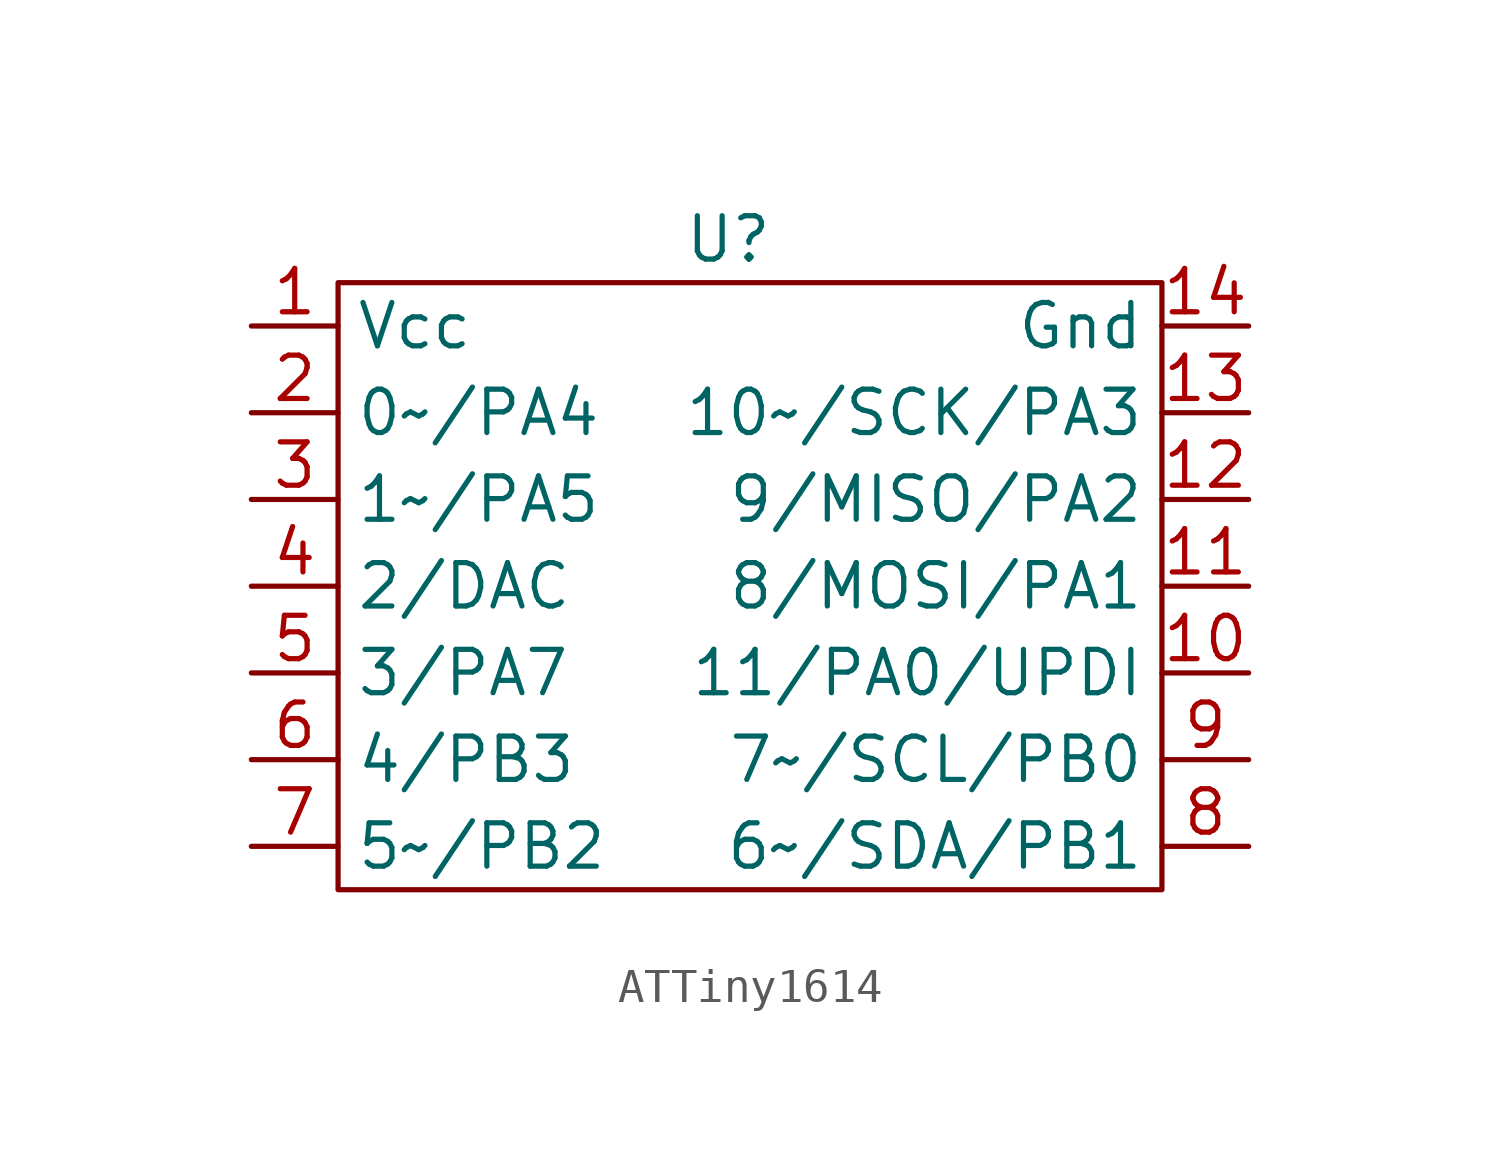
<source format=kicad_sym>
(kicad_symbol_lib
  (version 20231120)
  (generator "kicad_symbol_editor")
  (generator_version "8.0")
  (symbol "ATTiny1614"
    (property "Reference" "U"
      (at 0 0 0)
      (effects (font (size 1.27 1.27))))
    (property "Value" ""
      (at 0 0 0)
      (effects (font (size 1.27 1.27))))
    (symbol "ATTiny1614_0_1"
      (rectangle (start -11.43 -1.27) (end 12.7 -19.05) (stroke (width 0) (type default)) (fill (type none))))
    (symbol "ATTiny1614_1_1"
      (pin input line (at -13.97 -2.54 0) (length 2.54) (name "Vcc" (effects (font (size 1.27 1.27)))) (number "1" (effects (font (size 1.27 1.27)))))
      (pin input line (at 15.24 -12.7 180) (length 2.54) (name "11/PA0/UPDI" (effects (font (size 1.27 1.27)))) (number "10" (effects (font (size 1.27 1.27)))))
      (pin input line (at 15.24 -10.16 180) (length 2.54) (name "8/MOSI/PA1" (effects (font (size 1.27 1.27)))) (number "11" (effects (font (size 1.27 1.27)))))
      (pin input line (at 15.24 -7.62 180) (length 2.54) (name "9/MISO/PA2" (effects (font (size 1.27 1.27)))) (number "12" (effects (font (size 1.27 1.27)))))
      (pin input line (at 15.24 -5.08 180) (length 2.54) (name "10~/SCK/PA3" (effects (font (size 1.27 1.27)))) (number "13" (effects (font (size 1.27 1.27)))))
      (pin input line (at 15.24 -2.54 180) (length 2.54) (name "Gnd" (effects (font (size 1.27 1.27)))) (number "14" (effects (font (size 1.27 1.27)))))
      (pin input line (at -13.97 -5.08 0) (length 2.54) (name "0~/PA4" (effects (font (size 1.27 1.27)))) (number "2" (effects (font (size 1.27 1.27)))))
      (pin input line (at -13.97 -7.62 0) (length 2.54) (name "1~/PA5" (effects (font (size 1.27 1.27)))) (number "3" (effects (font (size 1.27 1.27)))))
      (pin input line (at -13.97 -10.16 0) (length 2.54) (name "2/DAC" (effects (font (size 1.27 1.27)))) (number "4" (effects (font (size 1.27 1.27)))))
      (pin input line (at -13.97 -12.7 0) (length 2.54) (name "3/PA7" (effects (font (size 1.27 1.27)))) (number "5" (effects (font (size 1.27 1.27)))))
      (pin input line (at -13.97 -15.24 0) (length 2.54) (name "4/PB3" (effects (font (size 1.27 1.27)))) (number "6" (effects (font (size 1.27 1.27)))))
      (pin input line (at -13.97 -17.78 0) (length 2.54) (name "5~/PB2" (effects (font (size 1.27 1.27)))) (number "7" (effects (font (size 1.27 1.27)))))
      (pin input line (at 15.24 -17.78 180) (length 2.54) (name "6~/SDA/PB1" (effects (font (size 1.27 1.27)))) (number "8" (effects (font (size 1.27 1.27)))))
      (pin input line (at 15.24 -15.24 180) (length 2.54) (name "7~/SCL/PB0" (effects (font (size 1.27 1.27)))) (number "9" (effects (font (size 1.27 1.27))))))))
</source>
